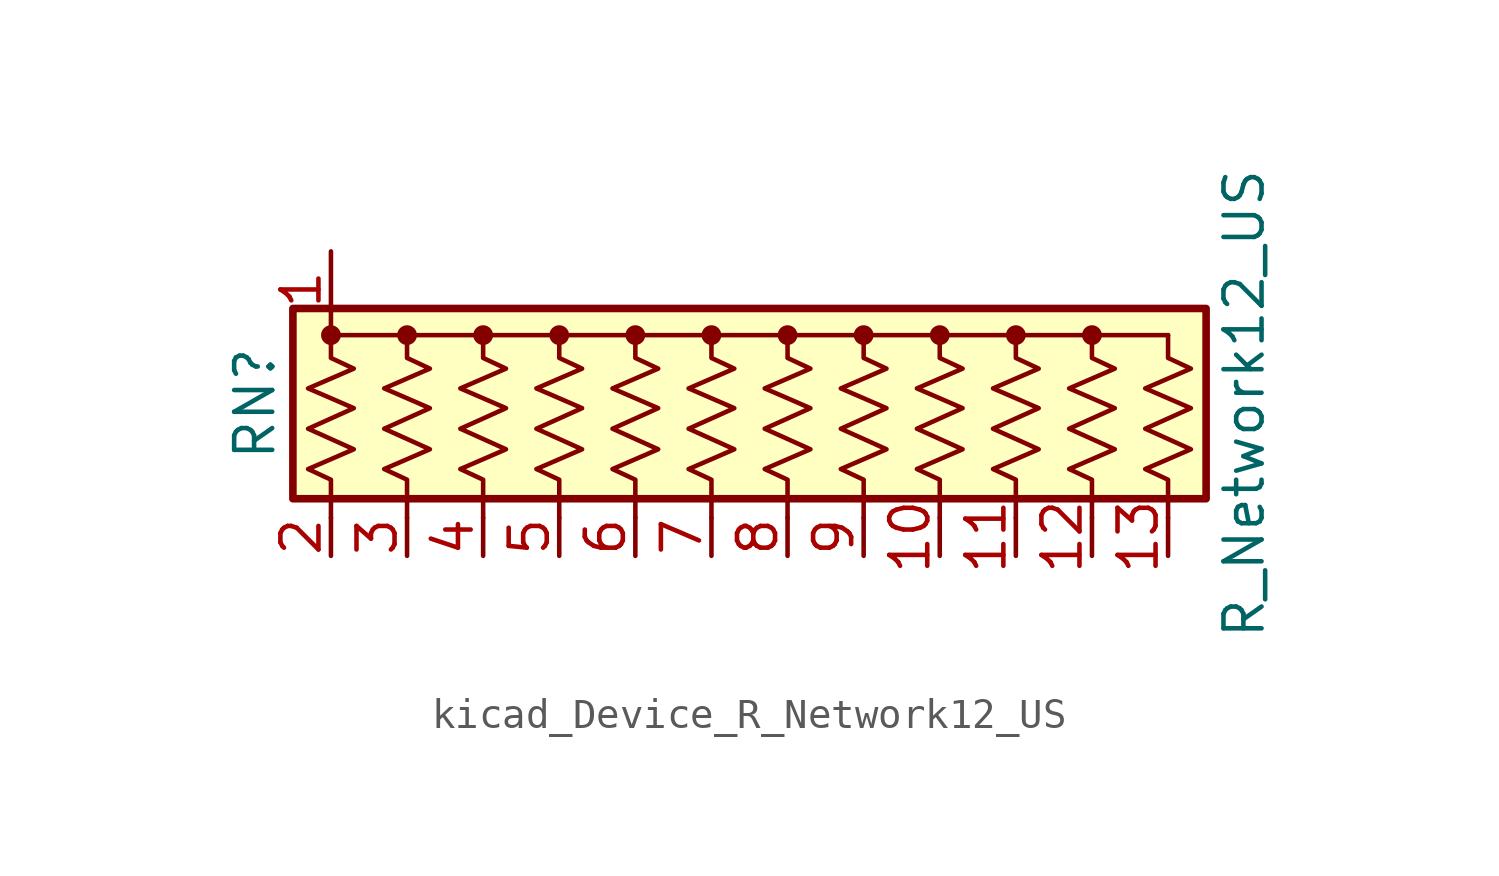
<source format=kicad_sym>
(kicad_symbol_lib
  (version 20220914)
  (generator kicad_symbol_editor)
  (symbol "kicad_Device_R_Network12_US"
    (pin_names
      (offset 0) hide)
    (property "Reference" "RN"
      (at -17.78 0 90)
      (effects (font (size 1.27 1.27))))
    (property "Value" "R_Network12_US"
      (at 15.24 0 90)
      (effects (font (size 1.27 1.27))))
    (symbol "kicad_Device_R_Network12_US_0_1"
      (rectangle (start -16.51 -3.175) (end 13.97 3.175) (stroke (width 0.254) (type default)) (fill (type background)))
      (circle (center -15.24 2.286) (radius 0.254) (stroke (width 0) (type default)) (fill (type outline)))
      (circle (center -12.7 2.286) (radius 0.254) (stroke (width 0) (type default)) (fill (type outline)))
      (circle (center -10.16 2.286) (radius 0.254) (stroke (width 0) (type default)) (fill (type outline)))
      (circle (center -7.62 2.286) (radius 0.254) (stroke (width 0) (type default)) (fill (type outline)))
      (circle (center -5.08 2.286) (radius 0.254) (stroke (width 0) (type default)) (fill (type outline)))
      (circle (center -2.54 2.286) (radius 0.254) (stroke (width 0) (type default)) (fill (type outline)))
      (polyline (pts (xy -15.24 2.286) (xy 12.7 2.286)) (stroke (width 0) (type default)) (fill (type none)))
      (polyline (pts (xy -15.24 2.286) (xy -15.24 1.524) (xy -14.478 1.168) (xy -16.002 0.508) (xy -14.478 -0.152) (xy -16.002 -0.838) (xy -14.478 -1.524) (xy -16.002 -2.184) (xy -15.24 -2.54) (xy -15.24 -3.81)) (stroke (width 0) (type default)) (fill (type none)))
      (polyline (pts (xy -12.7 2.286) (xy -12.7 1.524) (xy -11.938 1.168) (xy -13.462 0.508) (xy -11.938 -0.152) (xy -13.462 -0.838) (xy -11.938 -1.524) (xy -13.462 -2.184) (xy -12.7 -2.54) (xy -12.7 -3.81)) (stroke (width 0) (type default)) (fill (type none)))
      (polyline (pts (xy -10.16 2.286) (xy -10.16 1.524) (xy -9.398 1.168) (xy -10.922 0.508) (xy -9.398 -0.152) (xy -10.922 -0.838) (xy -9.398 -1.524) (xy -10.922 -2.184) (xy -10.16 -2.54) (xy -10.16 -3.81)) (stroke (width 0) (type default)) (fill (type none)))
      (polyline (pts (xy -7.62 2.286) (xy -7.62 1.524) (xy -6.858 1.168) (xy -8.382 0.508) (xy -6.858 -0.152) (xy -8.382 -0.838) (xy -6.858 -1.524) (xy -8.382 -2.184) (xy -7.62 -2.54) (xy -7.62 -3.81)) (stroke (width 0) (type default)) (fill (type none)))
      (polyline (pts (xy -5.08 2.286) (xy -5.08 1.524) (xy -4.318 1.168) (xy -5.842 0.508) (xy -4.318 -0.152) (xy -5.842 -0.838) (xy -4.318 -1.524) (xy -5.842 -2.184) (xy -5.08 -2.54) (xy -5.08 -3.81)) (stroke (width 0) (type default)) (fill (type none)))
      (polyline (pts (xy -2.54 2.286) (xy -2.54 1.524) (xy -1.778 1.168) (xy -3.302 0.508) (xy -1.778 -0.152) (xy -3.302 -0.838) (xy -1.778 -1.524) (xy -3.302 -2.184) (xy -2.54 -2.54) (xy -2.54 -3.81)) (stroke (width 0) (type default)) (fill (type none)))
      (polyline (pts (xy 0 2.286) (xy 0 1.524) (xy 0.762 1.168) (xy -0.762 0.508) (xy 0.762 -0.152) (xy -0.762 -0.838) (xy 0.762 -1.524) (xy -0.762 -2.184) (xy 0 -2.54) (xy 0 -3.81)) (stroke (width 0) (type default)) (fill (type none)))
      (polyline (pts (xy 2.54 2.286) (xy 2.54 1.524) (xy 3.302 1.168) (xy 1.778 0.508) (xy 3.302 -0.152) (xy 1.778 -0.838) (xy 3.302 -1.524) (xy 1.778 -2.184) (xy 2.54 -2.54) (xy 2.54 -3.81)) (stroke (width 0) (type default)) (fill (type none)))
      (polyline (pts (xy 5.08 2.286) (xy 5.08 1.524) (xy 5.842 1.168) (xy 4.318 0.508) (xy 5.842 -0.152) (xy 4.318 -0.838) (xy 5.842 -1.524) (xy 4.318 -2.184) (xy 5.08 -2.54) (xy 5.08 -3.81)) (stroke (width 0) (type default)) (fill (type none)))
      (polyline (pts (xy 7.62 2.286) (xy 7.62 1.524) (xy 8.382 1.168) (xy 6.858 0.508) (xy 8.382 -0.152) (xy 6.858 -0.838) (xy 8.382 -1.524) (xy 6.858 -2.184) (xy 7.62 -2.54) (xy 7.62 -3.81)) (stroke (width 0) (type default)) (fill (type none)))
      (polyline (pts (xy 10.16 2.286) (xy 10.16 1.524) (xy 10.922 1.168) (xy 9.398 0.508) (xy 10.922 -0.152) (xy 9.398 -0.838) (xy 10.922 -1.524) (xy 9.398 -2.184) (xy 10.16 -2.54) (xy 10.16 -3.81)) (stroke (width 0) (type default)) (fill (type none)))
      (polyline (pts (xy 12.7 2.286) (xy 12.7 1.524) (xy 13.462 1.168) (xy 11.938 0.508) (xy 13.462 -0.152) (xy 11.938 -0.838) (xy 13.462 -1.524) (xy 11.938 -2.184) (xy 12.7 -2.54) (xy 12.7 -3.81)) (stroke (width 0) (type default)) (fill (type none)))
      (circle (center 0 2.286) (radius 0.254) (stroke (width 0) (type default)) (fill (type outline)))
      (circle (center 2.54 2.286) (radius 0.254) (stroke (width 0) (type default)) (fill (type outline)))
      (circle (center 5.08 2.286) (radius 0.254) (stroke (width 0) (type default)) (fill (type outline)))
      (circle (center 7.62 2.286) (radius 0.254) (stroke (width 0) (type default)) (fill (type outline)))
      (circle (center 10.16 2.286) (radius 0.254) (stroke (width 0) (type default)) (fill (type outline))))
    (symbol "kicad_Device_R_Network12_US_1_1"
      (pin passive line (at -15.24 5.08 270) (length 2.54) (name "common" (effects (font (size 1.27 1.27)))) (number "1" (effects (font (size 1.27 1.27)))))
      (pin passive line (at 5.08 -5.08 90) (length 1.27) (name "R9" (effects (font (size 1.27 1.27)))) (number "10" (effects (font (size 1.27 1.27)))))
      (pin passive line (at 7.62 -5.08 90) (length 1.27) (name "R10" (effects (font (size 1.27 1.27)))) (number "11" (effects (font (size 1.27 1.27)))))
      (pin passive line (at 10.16 -5.08 90) (length 1.27) (name "R11" (effects (font (size 1.27 1.27)))) (number "12" (effects (font (size 1.27 1.27)))))
      (pin passive line (at 12.7 -5.08 90) (length 1.27) (name "R12" (effects (font (size 1.27 1.27)))) (number "13" (effects (font (size 1.27 1.27)))))
      (pin passive line (at -15.24 -5.08 90) (length 1.27) (name "R1" (effects (font (size 1.27 1.27)))) (number "2" (effects (font (size 1.27 1.27)))))
      (pin passive line (at -12.7 -5.08 90) (length 1.27) (name "R2" (effects (font (size 1.27 1.27)))) (number "3" (effects (font (size 1.27 1.27)))))
      (pin passive line (at -10.16 -5.08 90) (length 1.27) (name "R3" (effects (font (size 1.27 1.27)))) (number "4" (effects (font (size 1.27 1.27)))))
      (pin passive line (at -7.62 -5.08 90) (length 1.27) (name "R4" (effects (font (size 1.27 1.27)))) (number "5" (effects (font (size 1.27 1.27)))))
      (pin passive line (at -5.08 -5.08 90) (length 1.27) (name "R5" (effects (font (size 1.27 1.27)))) (number "6" (effects (font (size 1.27 1.27)))))
      (pin passive line (at -2.54 -5.08 90) (length 1.27) (name "R6" (effects (font (size 1.27 1.27)))) (number "7" (effects (font (size 1.27 1.27)))))
      (pin passive line (at 0 -5.08 90) (length 1.27) (name "R7" (effects (font (size 1.27 1.27)))) (number "8" (effects (font (size 1.27 1.27)))))
      (pin passive line (at 2.54 -5.08 90) (length 1.27) (name "R8" (effects (font (size 1.27 1.27)))) (number "9" (effects (font (size 1.27 1.27))))))))
</source>
